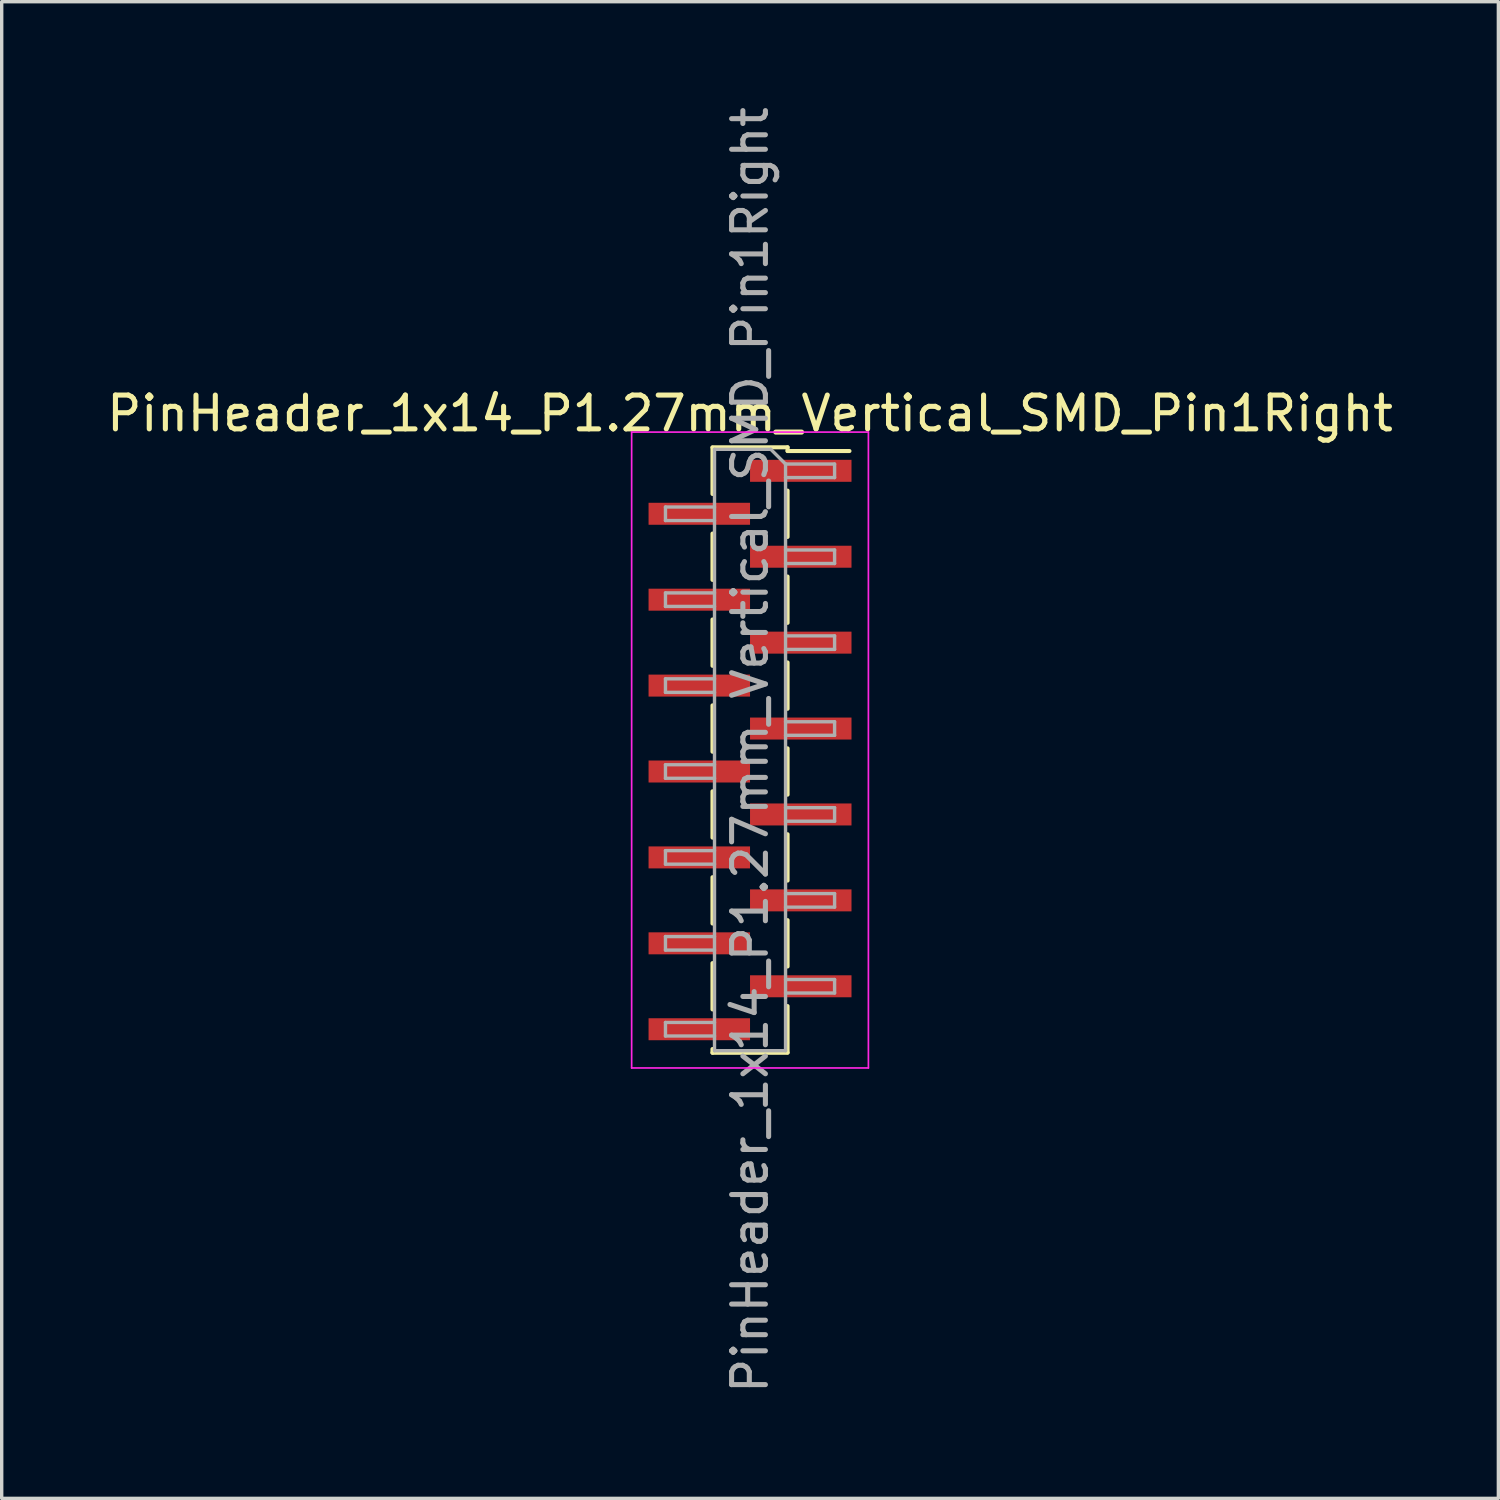
<source format=kicad_pcb>
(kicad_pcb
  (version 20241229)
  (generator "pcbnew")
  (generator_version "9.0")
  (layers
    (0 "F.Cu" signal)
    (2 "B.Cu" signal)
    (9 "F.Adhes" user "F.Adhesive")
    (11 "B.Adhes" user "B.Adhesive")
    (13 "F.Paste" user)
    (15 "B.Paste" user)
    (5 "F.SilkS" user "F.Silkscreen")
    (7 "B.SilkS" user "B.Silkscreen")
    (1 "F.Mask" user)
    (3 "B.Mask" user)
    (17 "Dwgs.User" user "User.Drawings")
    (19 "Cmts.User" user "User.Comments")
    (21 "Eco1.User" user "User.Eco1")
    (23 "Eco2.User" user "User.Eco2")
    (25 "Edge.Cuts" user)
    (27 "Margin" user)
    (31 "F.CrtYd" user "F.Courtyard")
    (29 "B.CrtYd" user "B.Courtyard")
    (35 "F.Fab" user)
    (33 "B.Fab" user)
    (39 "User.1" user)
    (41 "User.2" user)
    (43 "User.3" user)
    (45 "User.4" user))
  (footprint "PinHeader_1x14_P1.27mm_Vertical_SMD_Pin1Right"
    (layer "F.Cu")
    (at 19.125 19.125)
    (property "Reference" "PinHeader_1x14_P1.27mm_Vertical_SMD_Pin1Right" (at 0 -9.95 0) (layer "F.SilkS") (effects (font (size 1 1) (thickness 0.15))))
    (attr smd)
    (fp_line (start -1.11 -8.95) (end 1.11 -8.95) (stroke (width 0.12) (type solid)) (layer "F.SilkS"))
    (fp_line (start -1.11 -8.94) (end -1.11 -7.57) (stroke (width 0.12) (type solid)) (layer "F.SilkS"))
    (fp_line (start -1.11 -6.4) (end -1.11 -5.03) (stroke (width 0.12) (type solid)) (layer "F.SilkS"))
    (fp_line (start -1.11 -3.86) (end -1.11 -2.49) (stroke (width 0.12) (type solid)) (layer "F.SilkS"))
    (fp_line (start -1.11 -1.32) (end -1.11 0.05) (stroke (width 0.12) (type solid)) (layer "F.SilkS"))
    (fp_line (start -1.11 1.22) (end -1.11 2.59) (stroke (width 0.12) (type solid)) (layer "F.SilkS"))
    (fp_line (start -1.11 3.76) (end -1.11 5.13) (stroke (width 0.12) (type solid)) (layer "F.SilkS"))
    (fp_line (start -1.11 6.3) (end -1.11 7.67) (stroke (width 0.12) (type solid)) (layer "F.SilkS"))
    (fp_line (start -1.11 8.84) (end -1.11 8.95) (stroke (width 0.12) (type solid)) (layer "F.SilkS"))
    (fp_line (start -1.11 8.95) (end 1.11 8.95) (stroke (width 0.12) (type solid)) (layer "F.SilkS"))
    (fp_line (start 1.11 -8.95) (end 1.11 -8.84) (stroke (width 0.12) (type solid)) (layer "F.SilkS"))
    (fp_line (start 1.11 -8.84) (end 2.94 -8.84) (stroke (width 0.12) (type solid)) (layer "F.SilkS"))
    (fp_line (start 1.11 -7.67) (end 1.11 -6.3) (stroke (width 0.12) (type solid)) (layer "F.SilkS"))
    (fp_line (start 1.11 -5.13) (end 1.11 -3.76) (stroke (width 0.12) (type solid)) (layer "F.SilkS"))
    (fp_line (start 1.11 -2.59) (end 1.11 -1.22) (stroke (width 0.12) (type solid)) (layer "F.SilkS"))
    (fp_line (start 1.11 -0.05) (end 1.11 1.32) (stroke (width 0.12) (type solid)) (layer "F.SilkS"))
    (fp_line (start 1.11 2.49) (end 1.11 3.86) (stroke (width 0.12) (type solid)) (layer "F.SilkS"))
    (fp_line (start 1.11 5.03) (end 1.11 6.4) (stroke (width 0.12) (type solid)) (layer "F.SilkS"))
    (fp_line (start 1.11 7.57) (end 1.11 8.94) (stroke (width 0.12) (type solid)) (layer "F.SilkS"))
    (fp_line (start -3.5 -9.4) (end -3.5 9.4) (stroke (width 0.05) (type solid)) (layer "F.CrtYd"))
    (fp_line (start -3.5 9.4) (end 3.5 9.4) (stroke (width 0.05) (type solid)) (layer "F.CrtYd"))
    (fp_line (start 3.5 -9.4) (end -3.5 -9.4) (stroke (width 0.05) (type solid)) (layer "F.CrtYd"))
    (fp_line (start 3.5 9.4) (end 3.5 -9.4) (stroke (width 0.05) (type solid)) (layer "F.CrtYd"))
    (fp_line (start -2.5 -7.185) (end -2.5 -6.785) (stroke (width 0.1) (type solid)) (layer "F.Fab"))
    (fp_line (start -2.5 -6.785) (end -1.05 -6.785) (stroke (width 0.1) (type solid)) (layer "F.Fab"))
    (fp_line (start -2.5 -4.645) (end -2.5 -4.245) (stroke (width 0.1) (type solid)) (layer "F.Fab"))
    (fp_line (start -2.5 -4.245) (end -1.05 -4.245) (stroke (width 0.1) (type solid)) (layer "F.Fab"))
    (fp_line (start -2.5 -2.105) (end -2.5 -1.705) (stroke (width 0.1) (type solid)) (layer "F.Fab"))
    (fp_line (start -2.5 -1.705) (end -1.05 -1.705) (stroke (width 0.1) (type solid)) (layer "F.Fab"))
    (fp_line (start -2.5 0.435) (end -2.5 0.835) (stroke (width 0.1) (type solid)) (layer "F.Fab"))
    (fp_line (start -2.5 0.835) (end -1.05 0.835) (stroke (width 0.1) (type solid)) (layer "F.Fab"))
    (fp_line (start -2.5 2.975) (end -2.5 3.375) (stroke (width 0.1) (type solid)) (layer "F.Fab"))
    (fp_line (start -2.5 3.375) (end -1.05 3.375) (stroke (width 0.1) (type solid)) (layer "F.Fab"))
    (fp_line (start -2.5 5.515) (end -2.5 5.915) (stroke (width 0.1) (type solid)) (layer "F.Fab"))
    (fp_line (start -2.5 5.915) (end -1.05 5.915) (stroke (width 0.1) (type solid)) (layer "F.Fab"))
    (fp_line (start -2.5 8.055) (end -2.5 8.455) (stroke (width 0.1) (type solid)) (layer "F.Fab"))
    (fp_line (start -2.5 8.455) (end -1.05 8.455) (stroke (width 0.1) (type solid)) (layer "F.Fab"))
    (fp_line (start -1.05 -8.89) (end -1.05 8.89) (stroke (width 0.1) (type solid)) (layer "F.Fab"))
    (fp_line (start -1.05 -8.89) (end 0.615 -8.89) (stroke (width 0.1) (type solid)) (layer "F.Fab"))
    (fp_line (start -1.05 -7.185) (end -2.5 -7.185) (stroke (width 0.1) (type solid)) (layer "F.Fab"))
    (fp_line (start -1.05 -4.645) (end -2.5 -4.645) (stroke (width 0.1) (type solid)) (layer "F.Fab"))
    (fp_line (start -1.05 -2.105) (end -2.5 -2.105) (stroke (width 0.1) (type solid)) (layer "F.Fab"))
    (fp_line (start -1.05 0.435) (end -2.5 0.435) (stroke (width 0.1) (type solid)) (layer "F.Fab"))
    (fp_line (start -1.05 2.975) (end -2.5 2.975) (stroke (width 0.1) (type solid)) (layer "F.Fab"))
    (fp_line (start -1.05 5.515) (end -2.5 5.515) (stroke (width 0.1) (type solid)) (layer "F.Fab"))
    (fp_line (start -1.05 8.055) (end -2.5 8.055) (stroke (width 0.1) (type solid)) (layer "F.Fab"))
    (fp_line (start 1.05 -8.455) (end 0.615 -8.89) (stroke (width 0.1) (type solid)) (layer "F.Fab"))
    (fp_line (start 1.05 -8.455) (end 2.5 -8.455) (stroke (width 0.1) (type solid)) (layer "F.Fab"))
    (fp_line (start 1.05 -5.915) (end 2.5 -5.915) (stroke (width 0.1) (type solid)) (layer "F.Fab"))
    (fp_line (start 1.05 -3.375) (end 2.5 -3.375) (stroke (width 0.1) (type solid)) (layer "F.Fab"))
    (fp_line (start 1.05 -0.835) (end 2.5 -0.835) (stroke (width 0.1) (type solid)) (layer "F.Fab"))
    (fp_line (start 1.05 1.705) (end 2.5 1.705) (stroke (width 0.1) (type solid)) (layer "F.Fab"))
    (fp_line (start 1.05 4.245) (end 2.5 4.245) (stroke (width 0.1) (type solid)) (layer "F.Fab"))
    (fp_line (start 1.05 6.785) (end 2.5 6.785) (stroke (width 0.1) (type solid)) (layer "F.Fab"))
    (fp_line (start 1.05 8.89) (end -1.05 8.89) (stroke (width 0.1) (type solid)) (layer "F.Fab"))
    (fp_line (start 1.05 8.89) (end 1.05 -8.455) (stroke (width 0.1) (type solid)) (layer "F.Fab"))
    (fp_line (start 2.5 -8.455) (end 2.5 -8.055) (stroke (width 0.1) (type solid)) (layer "F.Fab"))
    (fp_line (start 2.5 -8.055) (end 1.05 -8.055) (stroke (width 0.1) (type solid)) (layer "F.Fab"))
    (fp_line (start 2.5 -5.915) (end 2.5 -5.515) (stroke (width 0.1) (type solid)) (layer "F.Fab"))
    (fp_line (start 2.5 -5.515) (end 1.05 -5.515) (stroke (width 0.1) (type solid)) (layer "F.Fab"))
    (fp_line (start 2.5 -3.375) (end 2.5 -2.975) (stroke (width 0.1) (type solid)) (layer "F.Fab"))
    (fp_line (start 2.5 -2.975) (end 1.05 -2.975) (stroke (width 0.1) (type solid)) (layer "F.Fab"))
    (fp_line (start 2.5 -0.835) (end 2.5 -0.435) (stroke (width 0.1) (type solid)) (layer "F.Fab"))
    (fp_line (start 2.5 -0.435) (end 1.05 -0.435) (stroke (width 0.1) (type solid)) (layer "F.Fab"))
    (fp_line (start 2.5 1.705) (end 2.5 2.105) (stroke (width 0.1) (type solid)) (layer "F.Fab"))
    (fp_line (start 2.5 2.105) (end 1.05 2.105) (stroke (width 0.1) (type solid)) (layer "F.Fab"))
    (fp_line (start 2.5 4.245) (end 2.5 4.645) (stroke (width 0.1) (type solid)) (layer "F.Fab"))
    (fp_line (start 2.5 4.645) (end 1.05 4.645) (stroke (width 0.1) (type solid)) (layer "F.Fab"))
    (fp_line (start 2.5 6.785) (end 2.5 7.185) (stroke (width 0.1) (type solid)) (layer "F.Fab"))
    (fp_line (start 2.5 7.185) (end 1.05 7.185) (stroke (width 0.1) (type solid)) (layer "F.Fab"))
    (fp_text user "${REFERENCE}" (at 0 0 90) (layer "F.Fab") (effects (font (size 1 1) (thickness 0.15))))
    (pad "1" smd rect (at 1.5 -8.255) (size 3 0.65) (layers "F.Cu" "F.Mask" "F.Paste"))
    (pad "2" smd rect (at -1.5 -6.985) (size 3 0.65) (layers "F.Cu" "F.Mask" "F.Paste"))
    (pad "3" smd rect (at 1.5 -5.715) (size 3 0.65) (layers "F.Cu" "F.Mask" "F.Paste"))
    (pad "4" smd rect (at -1.5 -4.445) (size 3 0.65) (layers "F.Cu" "F.Mask" "F.Paste"))
    (pad "5" smd rect (at 1.5 -3.175) (size 3 0.65) (layers "F.Cu" "F.Mask" "F.Paste"))
    (pad "6" smd rect (at -1.5 -1.905) (size 3 0.65) (layers "F.Cu" "F.Mask" "F.Paste"))
    (pad "7" smd rect (at 1.5 -0.635) (size 3 0.65) (layers "F.Cu" "F.Mask" "F.Paste"))
    (pad "8" smd rect (at -1.5 0.635) (size 3 0.65) (layers "F.Cu" "F.Mask" "F.Paste"))
    (pad "9" smd rect (at 1.5 1.905) (size 3 0.65) (layers "F.Cu" "F.Mask" "F.Paste"))
    (pad "10" smd rect (at -1.5 3.175) (size 3 0.65) (layers "F.Cu" "F.Mask" "F.Paste"))
    (pad "11" smd rect (at 1.5 4.445) (size 3 0.65) (layers "F.Cu" "F.Mask" "F.Paste"))
    (pad "12" smd rect (at -1.5 5.715) (size 3 0.65) (layers "F.Cu" "F.Mask" "F.Paste"))
    (pad "13" smd rect (at 1.5 6.985) (size 3 0.65) (layers "F.Cu" "F.Mask" "F.Paste"))
    (pad "14" smd rect (at -1.5 8.255) (size 3 0.65) (layers "F.Cu" "F.Mask" "F.Paste")))
  (gr_rect
    (start -3 -3)
    (end 41.25 41.25)
    (stroke (width 0.1) (type default))
    (fill no)
    (layer "Edge.Cuts")))
</source>
